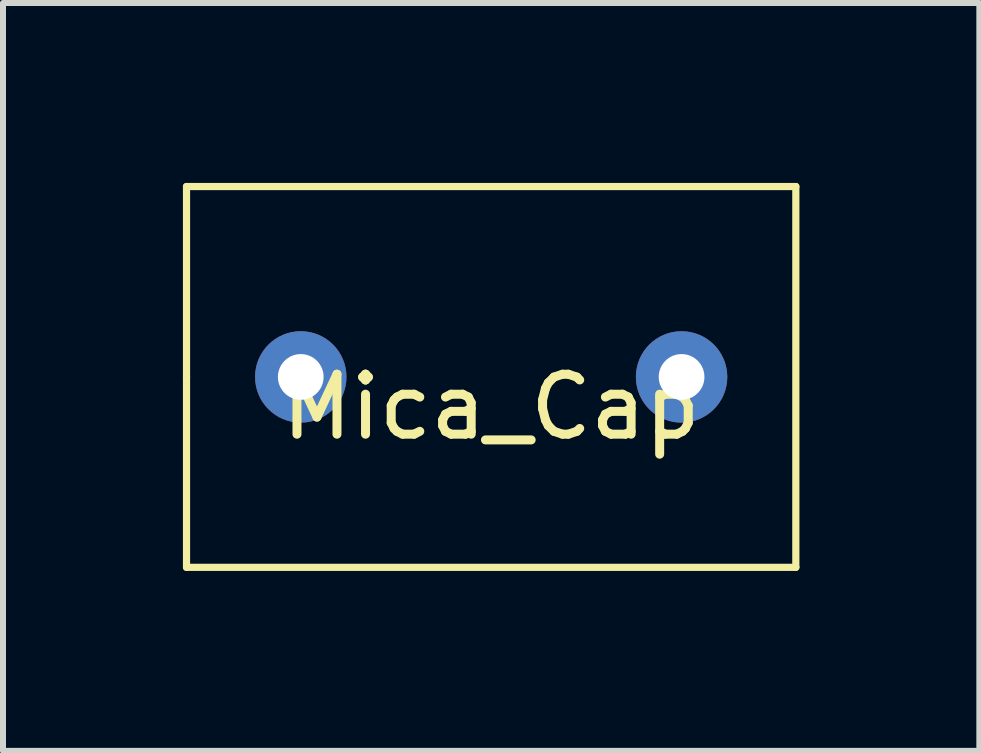
<source format=kicad_pcb>
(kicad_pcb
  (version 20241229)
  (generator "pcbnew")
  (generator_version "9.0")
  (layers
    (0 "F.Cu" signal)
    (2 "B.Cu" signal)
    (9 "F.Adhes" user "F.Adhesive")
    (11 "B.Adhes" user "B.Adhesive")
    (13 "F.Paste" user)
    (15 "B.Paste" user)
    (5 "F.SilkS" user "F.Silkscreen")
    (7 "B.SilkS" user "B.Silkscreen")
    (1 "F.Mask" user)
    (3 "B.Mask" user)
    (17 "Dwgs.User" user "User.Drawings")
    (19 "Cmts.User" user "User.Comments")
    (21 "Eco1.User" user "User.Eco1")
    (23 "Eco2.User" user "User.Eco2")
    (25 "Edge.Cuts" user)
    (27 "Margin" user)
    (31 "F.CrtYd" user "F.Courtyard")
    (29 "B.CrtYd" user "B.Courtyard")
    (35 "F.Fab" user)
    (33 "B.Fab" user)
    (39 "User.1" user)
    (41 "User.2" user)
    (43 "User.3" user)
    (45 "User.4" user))
  (footprint "Mica_Cap"
    (layer "F.Cu")
    (at 5.14 3.235)
    (property "Reference" "Mica_Cap" (at 0 0.5 0) (layer "F.SilkS") (effects (font (size 1 1) (thickness 0.15))))
    (attr through_hole)
    (fp_line (start -5.08 -3.175) (end 5.08 -3.175) (stroke (width 0.12) (type solid)) (layer "F.SilkS"))
    (fp_line (start -5.08 0) (end -5.08 -3.175) (stroke (width 0.12) (type solid)) (layer "F.SilkS"))
    (fp_line (start -5.08 3.175) (end -5.08 0) (stroke (width 0.12) (type solid)) (layer "F.SilkS"))
    (fp_line (start 5.08 -3.175) (end 5.08 3.175) (stroke (width 0.12) (type solid)) (layer "F.SilkS"))
    (fp_line (start 5.08 3.175) (end -5.08 3.175) (stroke (width 0.12) (type solid)) (layer "F.SilkS"))
    (pad "1" thru_hole circle (at -3.175 0) (size 1.524 1.524) (drill 0.762) (layers "*.Cu" "*.Mask"))
    (pad "2" thru_hole circle (at 3.175 0) (size 1.524 1.524) (drill 0.762) (layers "*.Cu" "*.Mask")))
  (gr_rect
    (start -3 -3)
    (end 13.28 9.47)
    (stroke (width 0.1) (type default))
    (fill no)
    (layer "Edge.Cuts")))
</source>
